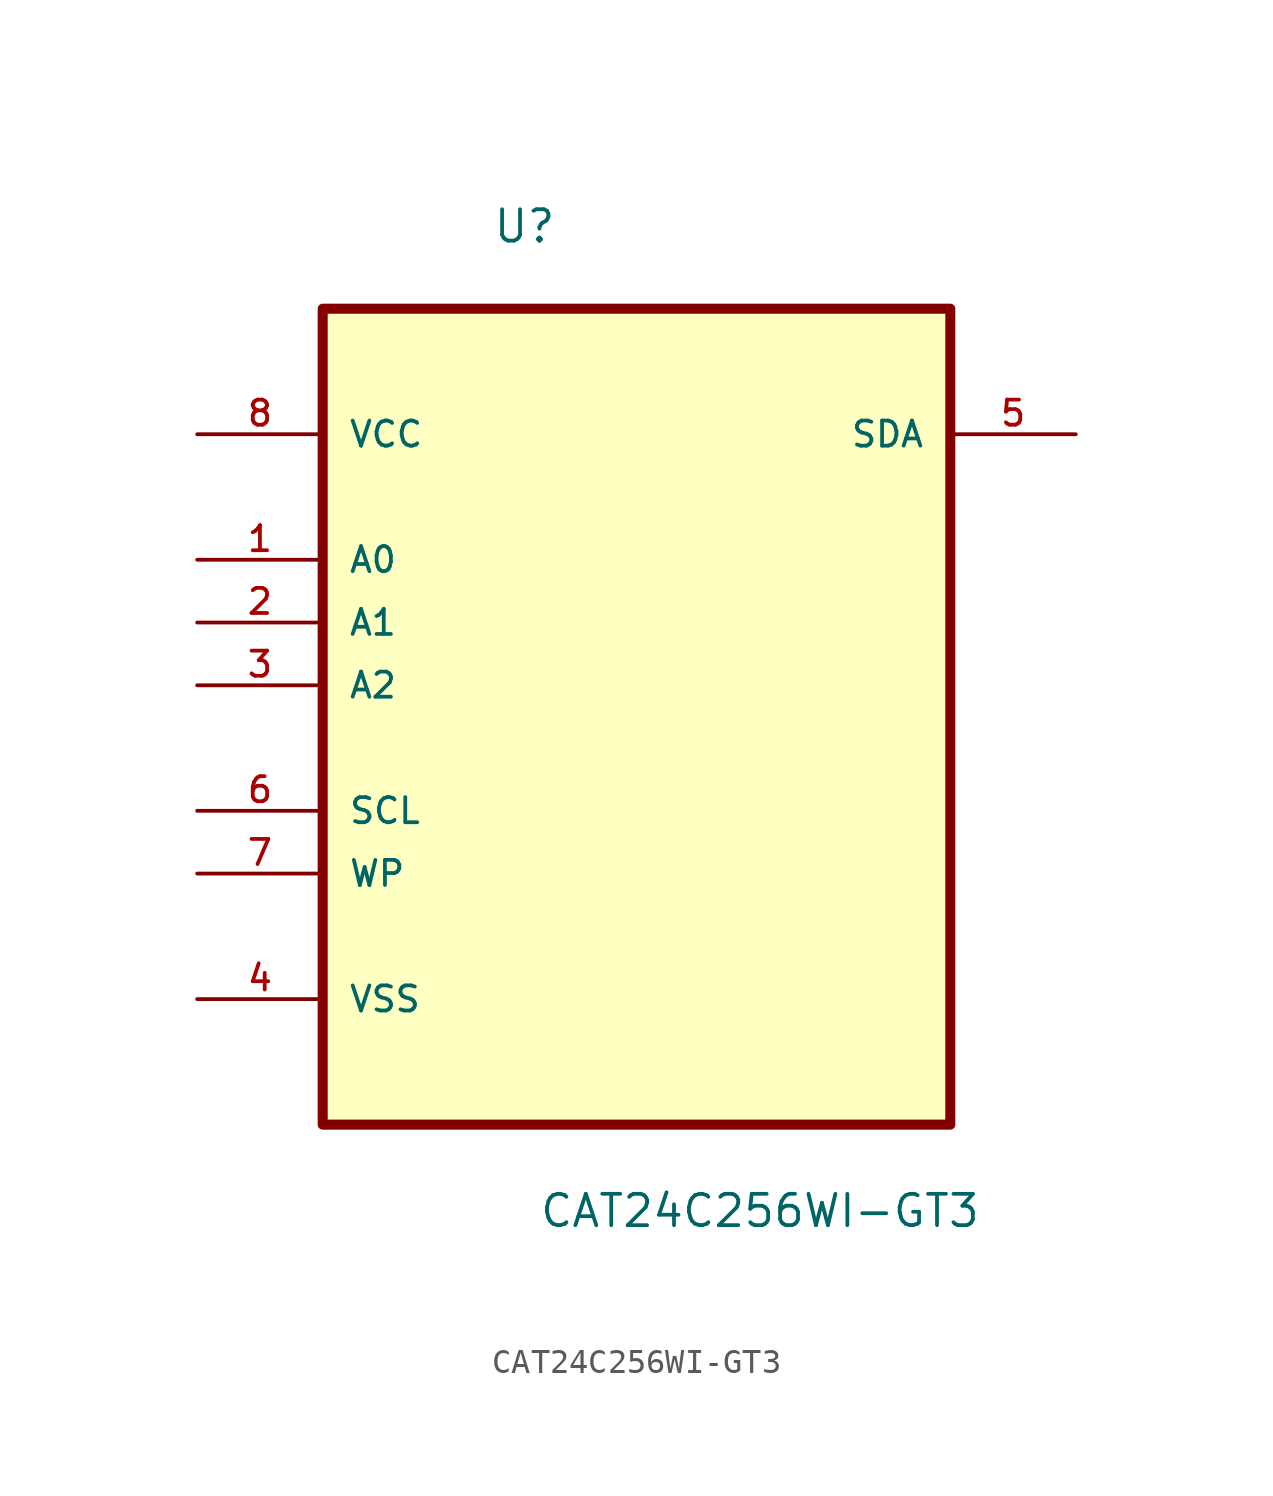
<source format=kicad_sym>
(kicad_symbol_lib
  (version 20211014)
  (generator kicad_symbol_editor)
  (symbol "CAT24C256WI-GT3"
    (pin_names
      (offset 1.016))
    (property "Reference" "U"
      (at -5.842 15.292 0.0)
      (effects (font (size 1.27 1.27)) (justify bottom left)))
    (property "Value" "CAT24C256WI-GT3"
      (at -3.965 -24.553 0.0)
      (effects (font (size 1.27 1.27)) (justify bottom left)))
    (symbol "CAT24C256WI-GT3_0_0"
      (rectangle (start -12.7 -20.32) (end 12.7 12.7) (stroke (width 0.406)) (fill (type background)))
      (pin power_in line (at -17.78 7.62 0) (length 5.08) (name "VCC" (effects (font (size 1.016 1.016)))) (number "8" (effects (font (size 1.016 1.016)))))
      (pin input line (at -17.78 2.54 0) (length 5.08) (name "A0" (effects (font (size 1.016 1.016)))) (number "1" (effects (font (size 1.016 1.016)))))
      (pin input line (at -17.78 0.0 0) (length 5.08) (name "A1" (effects (font (size 1.016 1.016)))) (number "2" (effects (font (size 1.016 1.016)))))
      (pin input line (at -17.78 -2.54 0) (length 5.08) (name "A2" (effects (font (size 1.016 1.016)))) (number "3" (effects (font (size 1.016 1.016)))))
      (pin input line (at -17.78 -7.62 0) (length 5.08) (name "SCL" (effects (font (size 1.016 1.016)))) (number "6" (effects (font (size 1.016 1.016)))))
      (pin input line (at -17.78 -10.16 0) (length 5.08) (name "WP" (effects (font (size 1.016 1.016)))) (number "7" (effects (font (size 1.016 1.016)))))
      (pin passive line (at -17.78 -15.24 0) (length 5.08) (name "VSS" (effects (font (size 1.016 1.016)))) (number "4" (effects (font (size 1.016 1.016)))))
      (pin bidirectional line (at 17.78 7.62 180.0) (length 5.08) (name "SDA" (effects (font (size 1.016 1.016)))) (number "5" (effects (font (size 1.016 1.016))))))))
</source>
